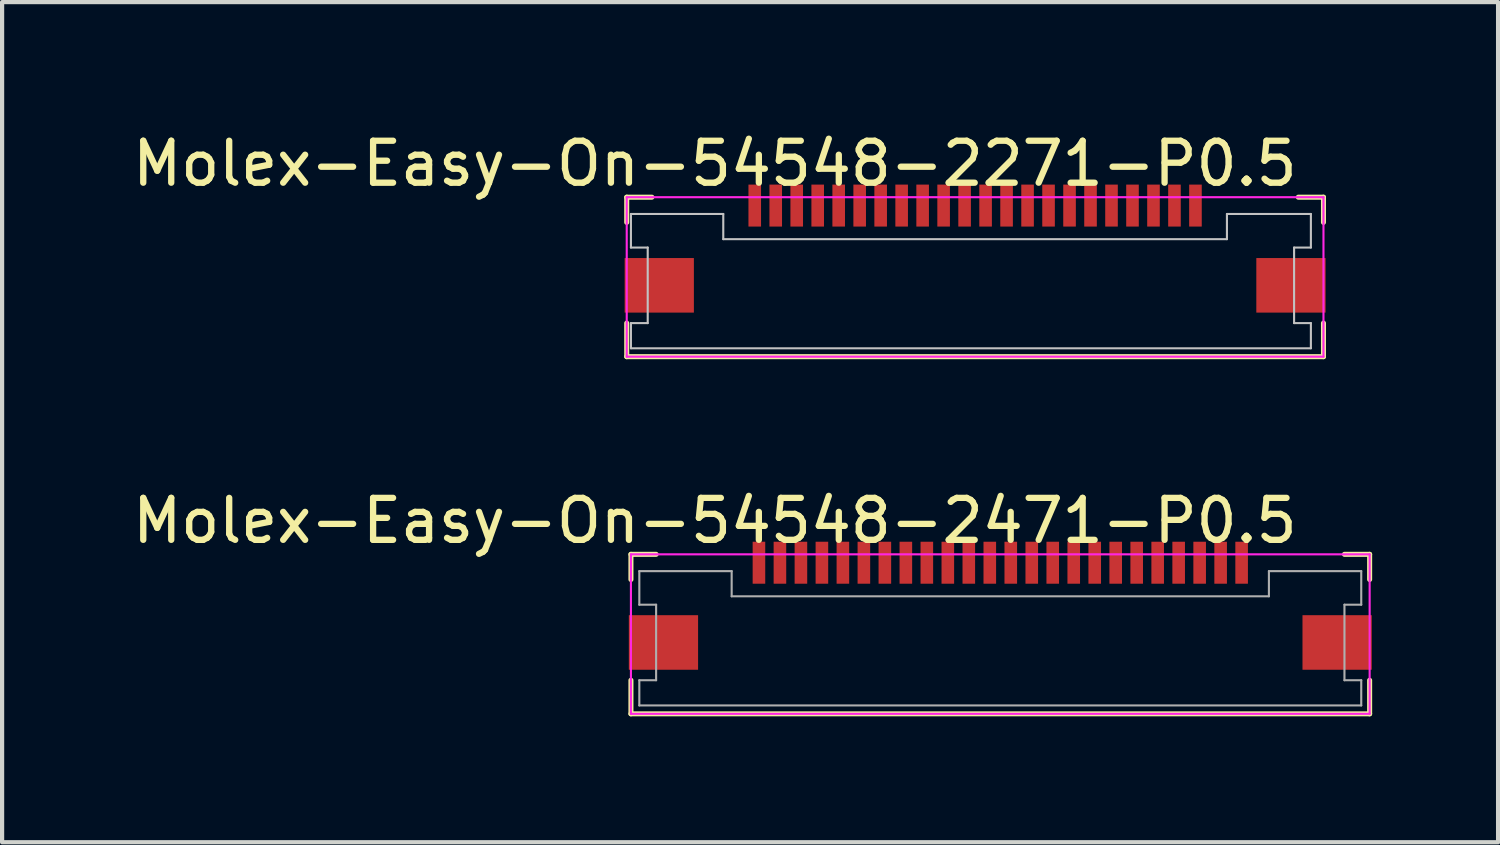
<source format=kicad_pcb>
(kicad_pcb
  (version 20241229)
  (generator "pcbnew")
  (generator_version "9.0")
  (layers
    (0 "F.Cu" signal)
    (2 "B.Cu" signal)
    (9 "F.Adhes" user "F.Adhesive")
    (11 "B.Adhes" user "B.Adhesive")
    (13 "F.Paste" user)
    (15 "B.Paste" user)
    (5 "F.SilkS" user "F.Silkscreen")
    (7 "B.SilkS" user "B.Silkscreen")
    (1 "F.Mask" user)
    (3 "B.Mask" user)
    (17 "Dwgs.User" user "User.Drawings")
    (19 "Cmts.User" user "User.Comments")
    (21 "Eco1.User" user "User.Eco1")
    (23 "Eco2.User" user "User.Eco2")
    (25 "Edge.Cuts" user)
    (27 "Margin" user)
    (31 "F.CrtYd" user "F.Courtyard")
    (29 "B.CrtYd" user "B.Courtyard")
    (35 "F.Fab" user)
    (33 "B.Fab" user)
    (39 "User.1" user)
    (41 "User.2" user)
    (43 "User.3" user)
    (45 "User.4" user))
  (footprint "Molex-Easy-On-54548-2271-P0.5"
    (layer "F.Cu")
    (at 20.182 1.848)
    (property "Reference" "Molex-Easy-On-54548-2271-P0.5" (at -6.2 -1 0) (layer "F.SilkS") (effects (font (size 1 1) (thickness 0.15))))
    (attr through_hole)
    (fp_line (start -8.3 -0.2) (end -8.3 0.4) (stroke (width 0.12) (type solid)) (layer "F.SilkS"))
    (fp_line (start -8.3 2.8) (end -8.3 3.6) (stroke (width 0.12) (type solid)) (layer "F.SilkS"))
    (fp_line (start -8.3 3.6) (end 8.3 3.6) (stroke (width 0.12) (type solid)) (layer "F.SilkS"))
    (fp_line (start -7.7 -0.2) (end -8.3 -0.2) (stroke (width 0.12) (type solid)) (layer "F.SilkS"))
    (fp_line (start 8.3 -0.2) (end 7.7 -0.2) (stroke (width 0.12) (type solid)) (layer "F.SilkS"))
    (fp_line (start 8.3 0.4) (end 8.3 -0.2) (stroke (width 0.12) (type solid)) (layer "F.SilkS"))
    (fp_line (start 8.3 3.6) (end 8.3 2.8) (stroke (width 0.12) (type solid)) (layer "F.SilkS"))
    (fp_line (start -8.2 0.2) (end -6 0.2) (stroke (width 0.05) (type solid)) (layer "Dwgs.User"))
    (fp_line (start -8.2 1) (end -8.2 0.2) (stroke (width 0.05) (type solid)) (layer "Dwgs.User"))
    (fp_line (start -8.2 2.8) (end -7.8 2.8) (stroke (width 0.05) (type solid)) (layer "Dwgs.User"))
    (fp_line (start -8.2 3.4) (end -8.2 2.8) (stroke (width 0.05) (type solid)) (layer "Dwgs.User"))
    (fp_line (start -7.8 1) (end -8.2 1) (stroke (width 0.05) (type solid)) (layer "Dwgs.User"))
    (fp_line (start -7.8 2.8) (end -7.8 1) (stroke (width 0.05) (type solid)) (layer "Dwgs.User"))
    (fp_line (start -6 0.2) (end -6 0.8) (stroke (width 0.05) (type solid)) (layer "Dwgs.User"))
    (fp_line (start -6 0.8) (end 6 0.8) (stroke (width 0.05) (type solid)) (layer "Dwgs.User"))
    (fp_line (start 6 0.2) (end 8 0.2) (stroke (width 0.05) (type solid)) (layer "Dwgs.User"))
    (fp_line (start 6 0.8) (end 6 0.2) (stroke (width 0.05) (type solid)) (layer "Dwgs.User"))
    (fp_line (start 7.6 1) (end 7.6 2.8) (stroke (width 0.05) (type solid)) (layer "Dwgs.User"))
    (fp_line (start 7.6 2.8) (end 8 2.8) (stroke (width 0.05) (type solid)) (layer "Dwgs.User"))
    (fp_line (start 8 0.2) (end 8 1) (stroke (width 0.05) (type solid)) (layer "Dwgs.User"))
    (fp_line (start 8 1) (end 7.6 1) (stroke (width 0.05) (type solid)) (layer "Dwgs.User"))
    (fp_line (start 8 2.8) (end 8 3.4) (stroke (width 0.05) (type solid)) (layer "Dwgs.User"))
    (fp_line (start 8 3.4) (end -8.2 3.4) (stroke (width 0.05) (type solid)) (layer "Dwgs.User"))
    (fp_line (start -8.3 -0.2) (end 8.3 -0.2) (stroke (width 0.05) (type solid)) (layer "F.CrtYd"))
    (fp_line (start -8.3 3.6) (end -8.3 -0.2) (stroke (width 0.05) (type solid)) (layer "F.CrtYd"))
    (fp_line (start 8.3 -0.2) (end 8.3 3.6) (stroke (width 0.05) (type solid)) (layer "F.CrtYd"))
    (fp_line (start 8.3 3.6) (end -8.3 3.6) (stroke (width 0.05) (type solid)) (layer "F.CrtYd"))
    (pad "1" smd rect (at -5.25 0) (size 0.3 1) (layers "F.Cu" "F.Mask" "F.Paste"))
    (pad "2" smd rect (at -4.75 0) (size 0.3 1) (layers "F.Cu" "F.Mask" "F.Paste"))
    (pad "3" smd rect (at -4.25 0) (size 0.3 1) (layers "F.Cu" "F.Mask" "F.Paste"))
    (pad "4" smd rect (at -3.75 0) (size 0.3 1) (layers "F.Cu" "F.Mask" "F.Paste"))
    (pad "5" smd rect (at -3.25 0) (size 0.3 1) (layers "F.Cu" "F.Mask" "F.Paste"))
    (pad "6" smd rect (at -2.75 0) (size 0.3 1) (layers "F.Cu" "F.Mask" "F.Paste"))
    (pad "7" smd rect (at -2.25 0) (size 0.3 1) (layers "F.Cu" "F.Mask" "F.Paste"))
    (pad "8" smd rect (at -1.75 0) (size 0.3 1) (layers "F.Cu" "F.Mask" "F.Paste"))
    (pad "9" smd rect (at -1.25 0) (size 0.3 1) (layers "F.Cu" "F.Mask" "F.Paste"))
    (pad "10" smd rect (at -0.75 0) (size 0.3 1) (layers "F.Cu" "F.Mask" "F.Paste"))
    (pad "11" smd rect (at -0.25 0) (size 0.3 1) (layers "F.Cu" "F.Mask" "F.Paste"))
    (pad "12" smd rect (at 0.25 0) (size 0.3 1) (layers "F.Cu" "F.Mask" "F.Paste"))
    (pad "13" smd rect (at 0.75 0) (size 0.3 1) (layers "F.Cu" "F.Mask" "F.Paste"))
    (pad "14" smd rect (at 1.25 0) (size 0.3 1) (layers "F.Cu" "F.Mask" "F.Paste"))
    (pad "15" smd rect (at 1.75 0) (size 0.3 1) (layers "F.Cu" "F.Mask" "F.Paste"))
    (pad "16" smd rect (at 2.25 0) (size 0.3 1) (layers "F.Cu" "F.Mask" "F.Paste"))
    (pad "17" smd rect (at 2.75 0) (size 0.3 1) (layers "F.Cu" "F.Mask" "F.Paste"))
    (pad "18" smd rect (at 3.25 0) (size 0.3 1) (layers "F.Cu" "F.Mask" "F.Paste"))
    (pad "19" smd rect (at 3.75 0) (size 0.3 1) (layers "F.Cu" "F.Mask" "F.Paste"))
    (pad "20" smd rect (at 4.25 0) (size 0.3 1) (layers "F.Cu" "F.Mask" "F.Paste"))
    (pad "21" smd rect (at 4.75 0) (size 0.3 1) (layers "F.Cu" "F.Mask" "F.Paste"))
    (pad "22" smd rect (at 5.25 0) (size 0.3 1) (layers "F.Cu" "F.Mask" "F.Paste"))
    (pad "MP" smd rect (at -7.525 1.9) (size 1.65 1.3) (layers "F.Cu" "F.Mask" "F.Paste"))
    (pad "MP" smd rect (at 7.525 1.9) (size 1.65 1.3) (layers "F.Cu" "F.Mask" "F.Paste")))
  (footprint "Molex-Easy-On-54548-2471-P0.5"
    (layer "F.Cu")
    (at 20.782 10.357)
    (property "Reference" "Molex-Easy-On-54548-2471-P0.5" (at -6.8 -1 0) (layer "F.SilkS") (effects (font (size 1 1) (thickness 0.15))))
    (attr through_hole)
    (fp_line (start -8.8 -0.2) (end -8.2 -0.2) (stroke (width 0.12) (type solid)) (layer "F.SilkS"))
    (fp_line (start -8.8 0.4) (end -8.8 -0.2) (stroke (width 0.12) (type solid)) (layer "F.SilkS"))
    (fp_line (start -8.8 2.8) (end -8.8 3.6) (stroke (width 0.12) (type solid)) (layer "F.SilkS"))
    (fp_line (start -8.8 3.6) (end 8.8 3.6) (stroke (width 0.12) (type solid)) (layer "F.SilkS"))
    (fp_line (start 8.8 -0.2) (end 8.2 -0.2) (stroke (width 0.12) (type solid)) (layer "F.SilkS"))
    (fp_line (start 8.8 0.4) (end 8.8 -0.2) (stroke (width 0.12) (type solid)) (layer "F.SilkS"))
    (fp_line (start 8.8 3.6) (end 8.8 2.8) (stroke (width 0.12) (type solid)) (layer "F.SilkS"))
    (fp_line (start -8.8 -0.2) (end 8.8 -0.2) (stroke (width 0.05) (type solid)) (layer "F.CrtYd"))
    (fp_line (start -8.8 3.6) (end -8.8 -0.2) (stroke (width 0.05) (type solid)) (layer "F.CrtYd"))
    (fp_line (start 8.8 -0.2) (end 8.8 3.6) (stroke (width 0.05) (type solid)) (layer "F.CrtYd"))
    (fp_line (start 8.8 3.6) (end -8.8 3.6) (stroke (width 0.05) (type solid)) (layer "F.CrtYd"))
    (fp_line (start -8.6 0.2) (end -6.4 0.2) (stroke (width 0.05) (type solid)) (layer "F.Fab"))
    (fp_line (start -8.6 1) (end -8.6 0.2) (stroke (width 0.05) (type solid)) (layer "F.Fab"))
    (fp_line (start -8.6 2.8) (end -8.2 2.8) (stroke (width 0.05) (type solid)) (layer "F.Fab"))
    (fp_line (start -8.6 3.4) (end -8.6 2.8) (stroke (width 0.05) (type solid)) (layer "F.Fab"))
    (fp_line (start -8.2 1) (end -8.6 1) (stroke (width 0.05) (type solid)) (layer "F.Fab"))
    (fp_line (start -8.2 2.8) (end -8.2 1) (stroke (width 0.05) (type solid)) (layer "F.Fab"))
    (fp_line (start -6.4 0.2) (end -6.4 0.8) (stroke (width 0.05) (type solid)) (layer "F.Fab"))
    (fp_line (start -6.4 0.8) (end 6.4 0.8) (stroke (width 0.05) (type solid)) (layer "F.Fab"))
    (fp_line (start 6.4 0.2) (end 8.6 0.2) (stroke (width 0.05) (type solid)) (layer "F.Fab"))
    (fp_line (start 6.4 0.8) (end 6.4 0.2) (stroke (width 0.05) (type solid)) (layer "F.Fab"))
    (fp_line (start 8.2 1) (end 8.2 2.8) (stroke (width 0.05) (type solid)) (layer "F.Fab"))
    (fp_line (start 8.2 2.8) (end 8.6 2.8) (stroke (width 0.05) (type solid)) (layer "F.Fab"))
    (fp_line (start 8.6 0.2) (end 8.6 1) (stroke (width 0.05) (type solid)) (layer "F.Fab"))
    (fp_line (start 8.6 1) (end 8.2 1) (stroke (width 0.05) (type solid)) (layer "F.Fab"))
    (fp_line (start 8.6 2.8) (end 8.6 3.4) (stroke (width 0.05) (type solid)) (layer "F.Fab"))
    (fp_line (start 8.6 3.4) (end -8.6 3.4) (stroke (width 0.05) (type solid)) (layer "F.Fab"))
    (pad "1" smd rect (at -5.75 0) (size 0.3 1) (layers "F.Cu" "F.Mask" "F.Paste"))
    (pad "2" smd rect (at -5.25 0) (size 0.3 1) (layers "F.Cu" "F.Mask" "F.Paste"))
    (pad "3" smd rect (at -4.75 0) (size 0.3 1) (layers "F.Cu" "F.Mask" "F.Paste"))
    (pad "4" smd rect (at -4.25 0) (size 0.3 1) (layers "F.Cu" "F.Mask" "F.Paste"))
    (pad "5" smd rect (at -3.75 0) (size 0.3 1) (layers "F.Cu" "F.Mask" "F.Paste"))
    (pad "6" smd rect (at -3.25 0) (size 0.3 1) (layers "F.Cu" "F.Mask" "F.Paste"))
    (pad "7" smd rect (at -2.75 0) (size 0.3 1) (layers "F.Cu" "F.Mask" "F.Paste"))
    (pad "8" smd rect (at -2.25 0) (size 0.3 1) (layers "F.Cu" "F.Mask" "F.Paste"))
    (pad "9" smd rect (at -1.75 0) (size 0.3 1) (layers "F.Cu" "F.Mask" "F.Paste"))
    (pad "10" smd rect (at -1.25 0) (size 0.3 1) (layers "F.Cu" "F.Mask" "F.Paste"))
    (pad "11" smd rect (at -0.75 0) (size 0.3 1) (layers "F.Cu" "F.Mask" "F.Paste"))
    (pad "12" smd rect (at -0.25 0) (size 0.3 1) (layers "F.Cu" "F.Mask" "F.Paste"))
    (pad "13" smd rect (at 0.25 0) (size 0.3 1) (layers "F.Cu" "F.Mask" "F.Paste"))
    (pad "14" smd rect (at 0.75 0) (size 0.3 1) (layers "F.Cu" "F.Mask" "F.Paste"))
    (pad "15" smd rect (at 1.25 0) (size 0.3 1) (layers "F.Cu" "F.Mask" "F.Paste"))
    (pad "16" smd rect (at 1.75 0) (size 0.3 1) (layers "F.Cu" "F.Mask" "F.Paste"))
    (pad "17" smd rect (at 2.25 0) (size 0.3 1) (layers "F.Cu" "F.Mask" "F.Paste"))
    (pad "18" smd rect (at 2.75 0) (size 0.3 1) (layers "F.Cu" "F.Mask" "F.Paste"))
    (pad "19" smd rect (at 3.25 0) (size 0.3 1) (layers "F.Cu" "F.Mask" "F.Paste"))
    (pad "20" smd rect (at 3.75 0) (size 0.3 1) (layers "F.Cu" "F.Mask" "F.Paste"))
    (pad "21" smd rect (at 4.25 0) (size 0.3 1) (layers "F.Cu" "F.Mask" "F.Paste"))
    (pad "22" smd rect (at 4.75 0) (size 0.3 1) (layers "F.Cu" "F.Mask" "F.Paste"))
    (pad "23" smd rect (at 5.25 0) (size 0.3 1) (layers "F.Cu" "F.Mask" "F.Paste"))
    (pad "24" smd rect (at 5.75 0) (size 0.3 1) (layers "F.Cu" "F.Mask" "F.Paste"))
    (pad "MP" smd rect (at -8.025 1.9) (size 1.65 1.3) (layers "F.Cu" "F.Mask" "F.Paste"))
    (pad "MP" smd rect (at 8.025 1.9) (size 1.65 1.3) (layers "F.Cu" "F.Mask" "F.Paste")))
  (gr_rect
    (start -3 -3)
    (end 32.642 17.017)
    (stroke (width 0.1) (type default))
    (fill no)
    (layer "Edge.Cuts")))
</source>
